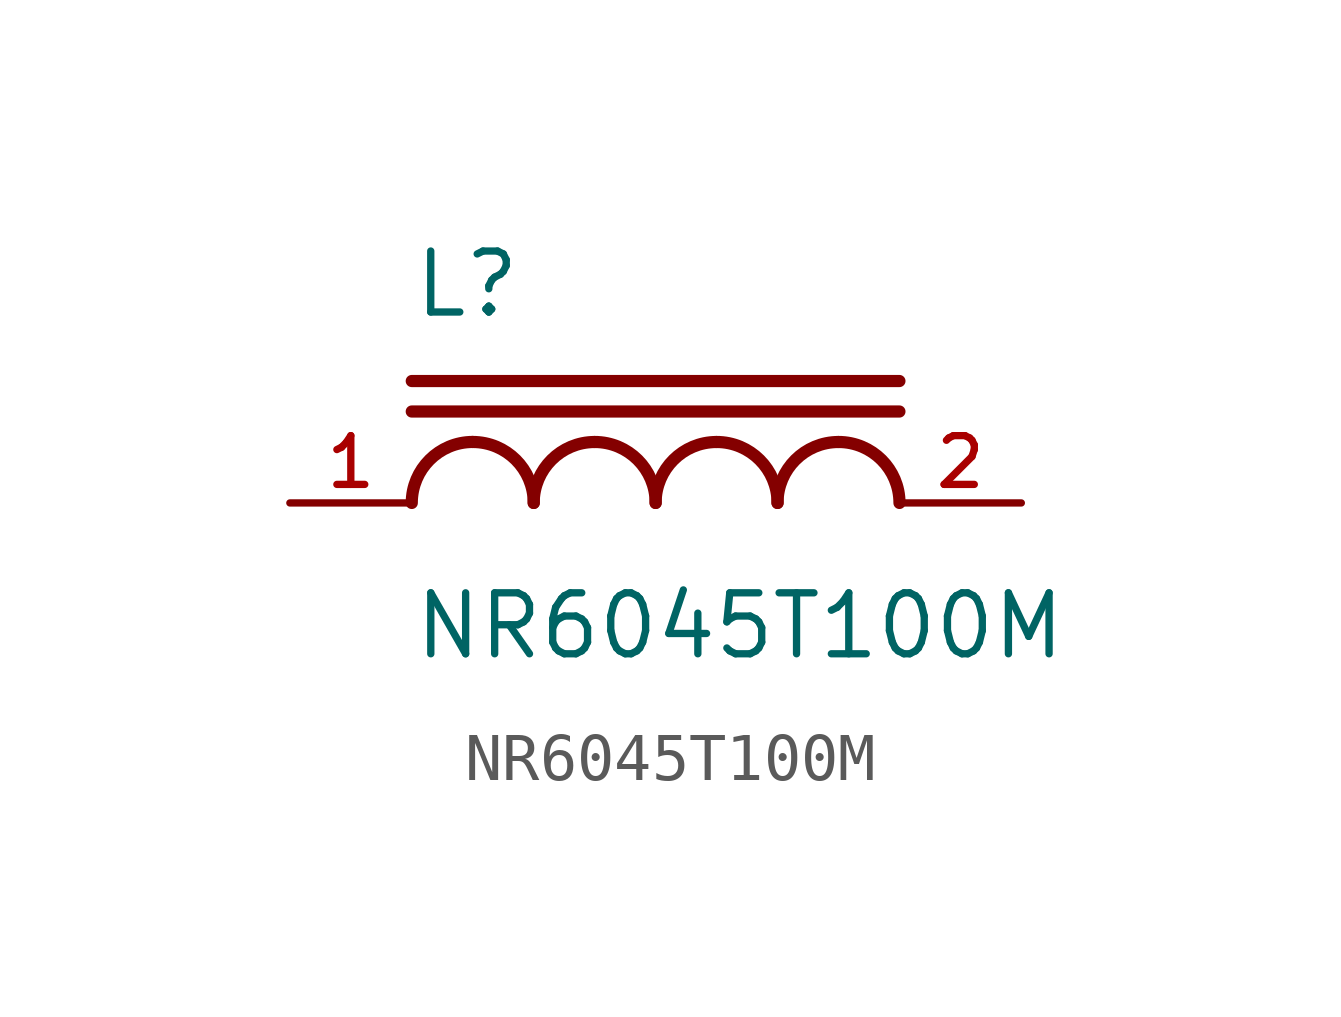
<source format=kicad_sym>
(kicad_symbol_lib
  (version 20211014)
  (generator kicad_symbol_editor)
  (symbol "NR6045T100M"
    (pin_names
      (offset 1.016))
    (property "Reference" "L"
      (at -5.087 3.815 0)
      (effects (font (size 1.27 1.27)) (justify bottom left)))
    (property "Value" "NR6045T100M"
      (at -5.086 -3.306 0)
      (effects (font (size 1.27 1.27)) (justify bottom left)))
    (symbol "NR6045T100M_0_0"
      (arc (start -3.81 1.27) (mid -4.708 0.898) (end -5.08 0.0) (stroke (width 0.254) (type default) (color 0 0 0 0)) (fill (type none)))
      (arc (start -3.81 1.27) (mid -2.912 0.898) (end -2.54 0.0) (stroke (width 0.254) (type default) (color 0 0 0 0)) (fill (type none)))
      (arc (start -1.27 1.27) (mid -2.168 0.898) (end -2.54 0.0) (stroke (width 0.254) (type default) (color 0 0 0 0)) (fill (type none)))
      (arc (start -1.27 1.27) (mid -0.372 0.898) (end 0.0 0.0) (stroke (width 0.254) (type default) (color 0 0 0 0)) (fill (type none)))
      (arc (start 1.27 1.27) (mid 0.372 0.898) (end 0.0 0.0) (stroke (width 0.254) (type default) (color 0 0 0 0)) (fill (type none)))
      (arc (start 1.27 1.27) (mid 2.168 0.898) (end 2.54 0.0) (stroke (width 0.254) (type default) (color 0 0 0 0)) (fill (type none)))
      (arc (start 3.81 1.27) (mid 2.912 0.898) (end 2.54 0.0) (stroke (width 0.254) (type default) (color 0 0 0 0)) (fill (type none)))
      (arc (start 3.81 1.27) (mid 4.708 0.898) (end 5.08 0.0) (stroke (width 0.254) (type default) (color 0 0 0 0)) (fill (type none)))
      (polyline (pts (xy -5.08 1.905) (xy 5.08 1.905)) (stroke (width 0.254)))
      (polyline (pts (xy -5.08 2.54) (xy 5.08 2.54)) (stroke (width 0.254)))
      (pin passive line (at -7.62 0.0 0) (length 2.54) (name "~" (effects (font (size 1.016 1.016)))) (number "1" (effects (font (size 1.016 1.016)))))
      (pin passive line (at 7.62 0.0 180.0) (length 2.54) (name "~" (effects (font (size 1.016 1.016)))) (number "2" (effects (font (size 1.016 1.016))))))))
</source>
